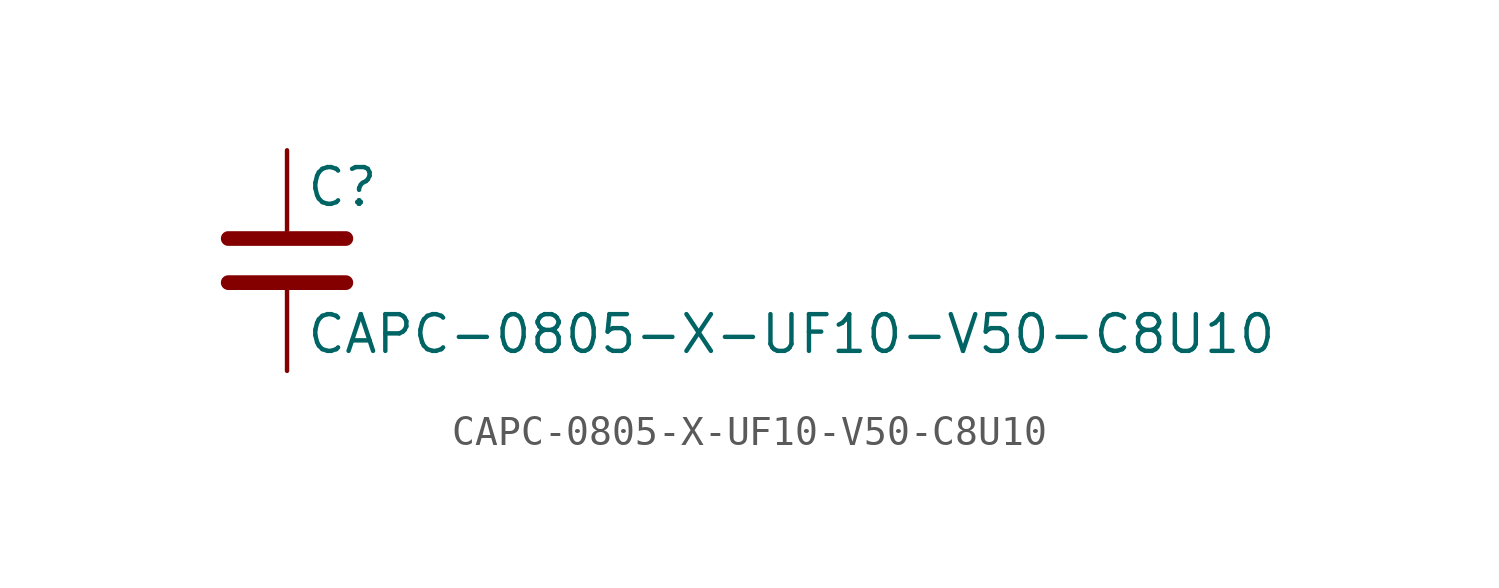
<source format=kicad_sym>
(kicad_symbol_lib
  (version 20211014)
  (generator kicad_symbol_editor)
  (symbol "CAPC-0805-X-UF10-V50-C8U10"
    (pin_numbers hide)
    (pin_names
      (offset 0.254))
    (property "Reference" "C"
      (at 0.635 2.54 0)
      (effects (font (size 1.27 1.27)) (justify left)))
    (property "Value" "CAPC-0805-X-UF10-V50-C8U10"
      (at 0.635 -2.54 0)
      (effects (font (size 1.27 1.27)) (justify left)))
    (symbol "CAPC-0805-X-UF10-V50-C8U10_0_1"
      (polyline (pts (xy -2.032 -0.762) (xy 2.032 -0.762)) (stroke (width 0.508) (type default) (color 0 0 0 0)) (fill (type none)))
      (polyline (pts (xy -2.032 0.762) (xy 2.032 0.762)) (stroke (width 0.508) (type default) (color 0 0 0 0)) (fill (type none))))
    (symbol "CAPC-0805-X-UF10-V50-C8U10_1_1"
      (pin passive line (at 0 3.81 270) (length 2.794) (name "~" (effects (font (size 1.27 1.27)))) (number "1" (effects (font (size 1.27 1.27)))))
      (pin passive line (at 0 -3.81 90) (length 2.794) (name "~" (effects (font (size 1.27 1.27)))) (number "2" (effects (font (size 1.27 1.27))))))))
</source>
